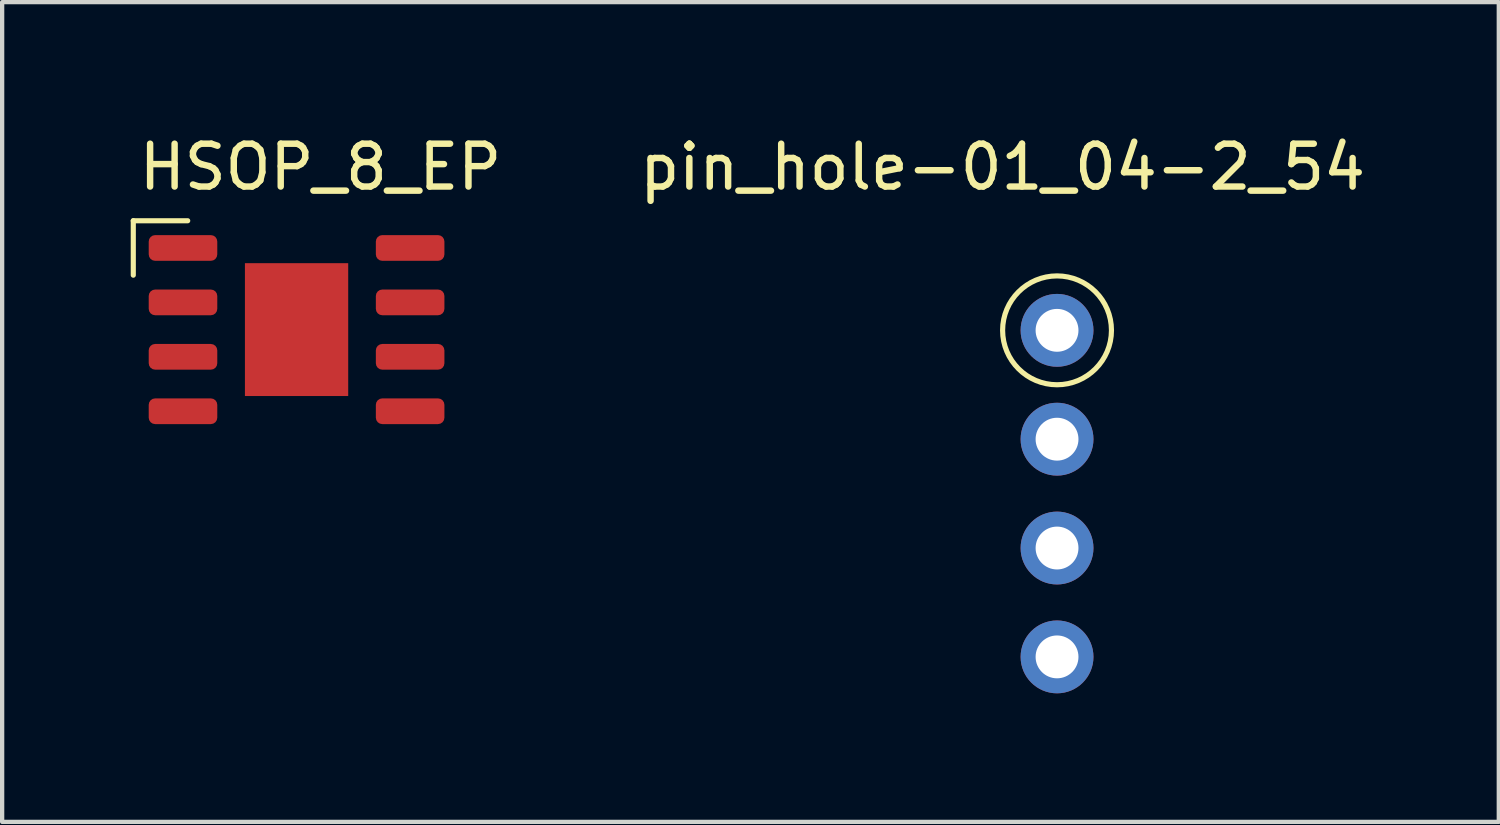
<source format=kicad_pcb>
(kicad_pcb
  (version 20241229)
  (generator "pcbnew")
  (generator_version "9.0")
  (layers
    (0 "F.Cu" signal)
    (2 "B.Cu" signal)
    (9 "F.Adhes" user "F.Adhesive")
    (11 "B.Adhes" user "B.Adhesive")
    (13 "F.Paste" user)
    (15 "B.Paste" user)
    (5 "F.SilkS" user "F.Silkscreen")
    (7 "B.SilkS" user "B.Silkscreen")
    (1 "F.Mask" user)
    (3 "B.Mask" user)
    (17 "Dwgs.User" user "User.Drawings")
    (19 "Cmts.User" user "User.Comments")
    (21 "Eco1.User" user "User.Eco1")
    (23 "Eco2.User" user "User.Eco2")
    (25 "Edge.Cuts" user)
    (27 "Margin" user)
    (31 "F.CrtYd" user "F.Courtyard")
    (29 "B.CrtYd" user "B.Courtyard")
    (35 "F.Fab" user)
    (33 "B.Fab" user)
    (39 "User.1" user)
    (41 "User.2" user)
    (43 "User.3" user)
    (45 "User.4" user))
  (footprint "pin_hole-01_04-2_54"
    (layer "F.Cu")
    (at 21.615 8.468)
    (property "Reference" "pin_hole-01_04-2_54" (at -1.27 -7.62 0) (layer "F.SilkS") (effects (font (size 1 1) (thickness 0.15))))
    (attr through_hole)
    (fp_circle (center 0 -3.81) (end 1.27 -3.81) (stroke (width 0.12) (type solid)) (fill no) (layer "F.SilkS"))
    (pad "1" thru_hole oval (at 0 -3.81) (size 1.7 1.7) (drill 1) (layers "*.Cu" "*.Mask"))
    (pad "2" thru_hole oval (at 0 -1.27) (size 1.7 1.7) (drill 1) (layers "*.Cu" "*.Mask"))
    (pad "3" thru_hole oval (at 0 1.27) (size 1.7 1.7) (drill 1) (layers "*.Cu" "*.Mask"))
    (pad "4" thru_hole oval (at 0 3.81) (size 1.7 1.7) (drill 1) (layers "*.Cu" "*.Mask")))
  (footprint "HSOP_8_EP"
    (layer "F.Cu")
    (at 3.87 4.641)
    (property "Reference" "HSOP_8_EP" (at 0.559 -3.793 0) (layer "F.SilkS") (effects (font (size 1 1) (thickness 0.15))))
    (attr through_hole)
    (fp_line (start -3.81 -2.54) (end -3.81 -1.27) (stroke (width 0.12) (type solid)) (layer "F.SilkS"))
    (fp_line (start -3.81 -2.54) (end -2.54 -2.54) (stroke (width 0.12) (type solid)) (layer "F.SilkS"))
    (pad "" smd roundrect (at -0.6 -0.775) (size 0.97 1.25) (layers "F.Paste") (roundrect_rratio 0.25))
    (pad "" smd roundrect (at -0.6 0.775) (size 0.97 1.25) (layers "F.Paste") (roundrect_rratio 0.25))
    (pad "" smd roundrect (at 0.6 -0.775) (size 0.97 1.25) (layers "F.Paste") (roundrect_rratio 0.25))
    (pad "" smd roundrect (at 0.6 0.775) (size 0.97 1.25) (layers "F.Paste") (roundrect_rratio 0.25))
    (pad "1" smd roundrect (at -2.65 -1.905) (size 1.6 0.6) (layers "F.Cu" "F.Mask" "F.Paste") (roundrect_rratio 0.25))
    (pad "2" smd roundrect (at -2.65 -0.635) (size 1.6 0.6) (layers "F.Cu" "F.Mask" "F.Paste") (roundrect_rratio 0.25))
    (pad "3" smd roundrect (at -2.65 0.635) (size 1.6 0.6) (layers "F.Cu" "F.Mask" "F.Paste") (roundrect_rratio 0.25))
    (pad "4" smd roundrect (at -2.65 1.905) (size 1.6 0.6) (layers "F.Cu" "F.Mask" "F.Paste") (roundrect_rratio 0.25))
    (pad "5" smd roundrect (at 2.65 1.905) (size 1.6 0.6) (layers "F.Cu" "F.Mask" "F.Paste") (roundrect_rratio 0.25))
    (pad "6" smd roundrect (at 2.65 0.635) (size 1.6 0.6) (layers "F.Cu" "F.Mask" "F.Paste") (roundrect_rratio 0.25))
    (pad "7" smd roundrect (at 2.65 -0.635) (size 1.6 0.6) (layers "F.Cu" "F.Mask" "F.Paste") (roundrect_rratio 0.25))
    (pad "8" smd roundrect (at 2.65 -1.905) (size 1.6 0.6) (layers "F.Cu" "F.Mask" "F.Paste") (roundrect_rratio 0.25))
    (pad "9" smd rect (at 0 0) (size 2.41 3.1) (layers "F.Cu" "F.Mask")))
  (gr_rect
    (start -3 -3)
    (end 31.923 16.128)
    (stroke (width 0.1) (type default))
    (fill no)
    (layer "Edge.Cuts")))
</source>
